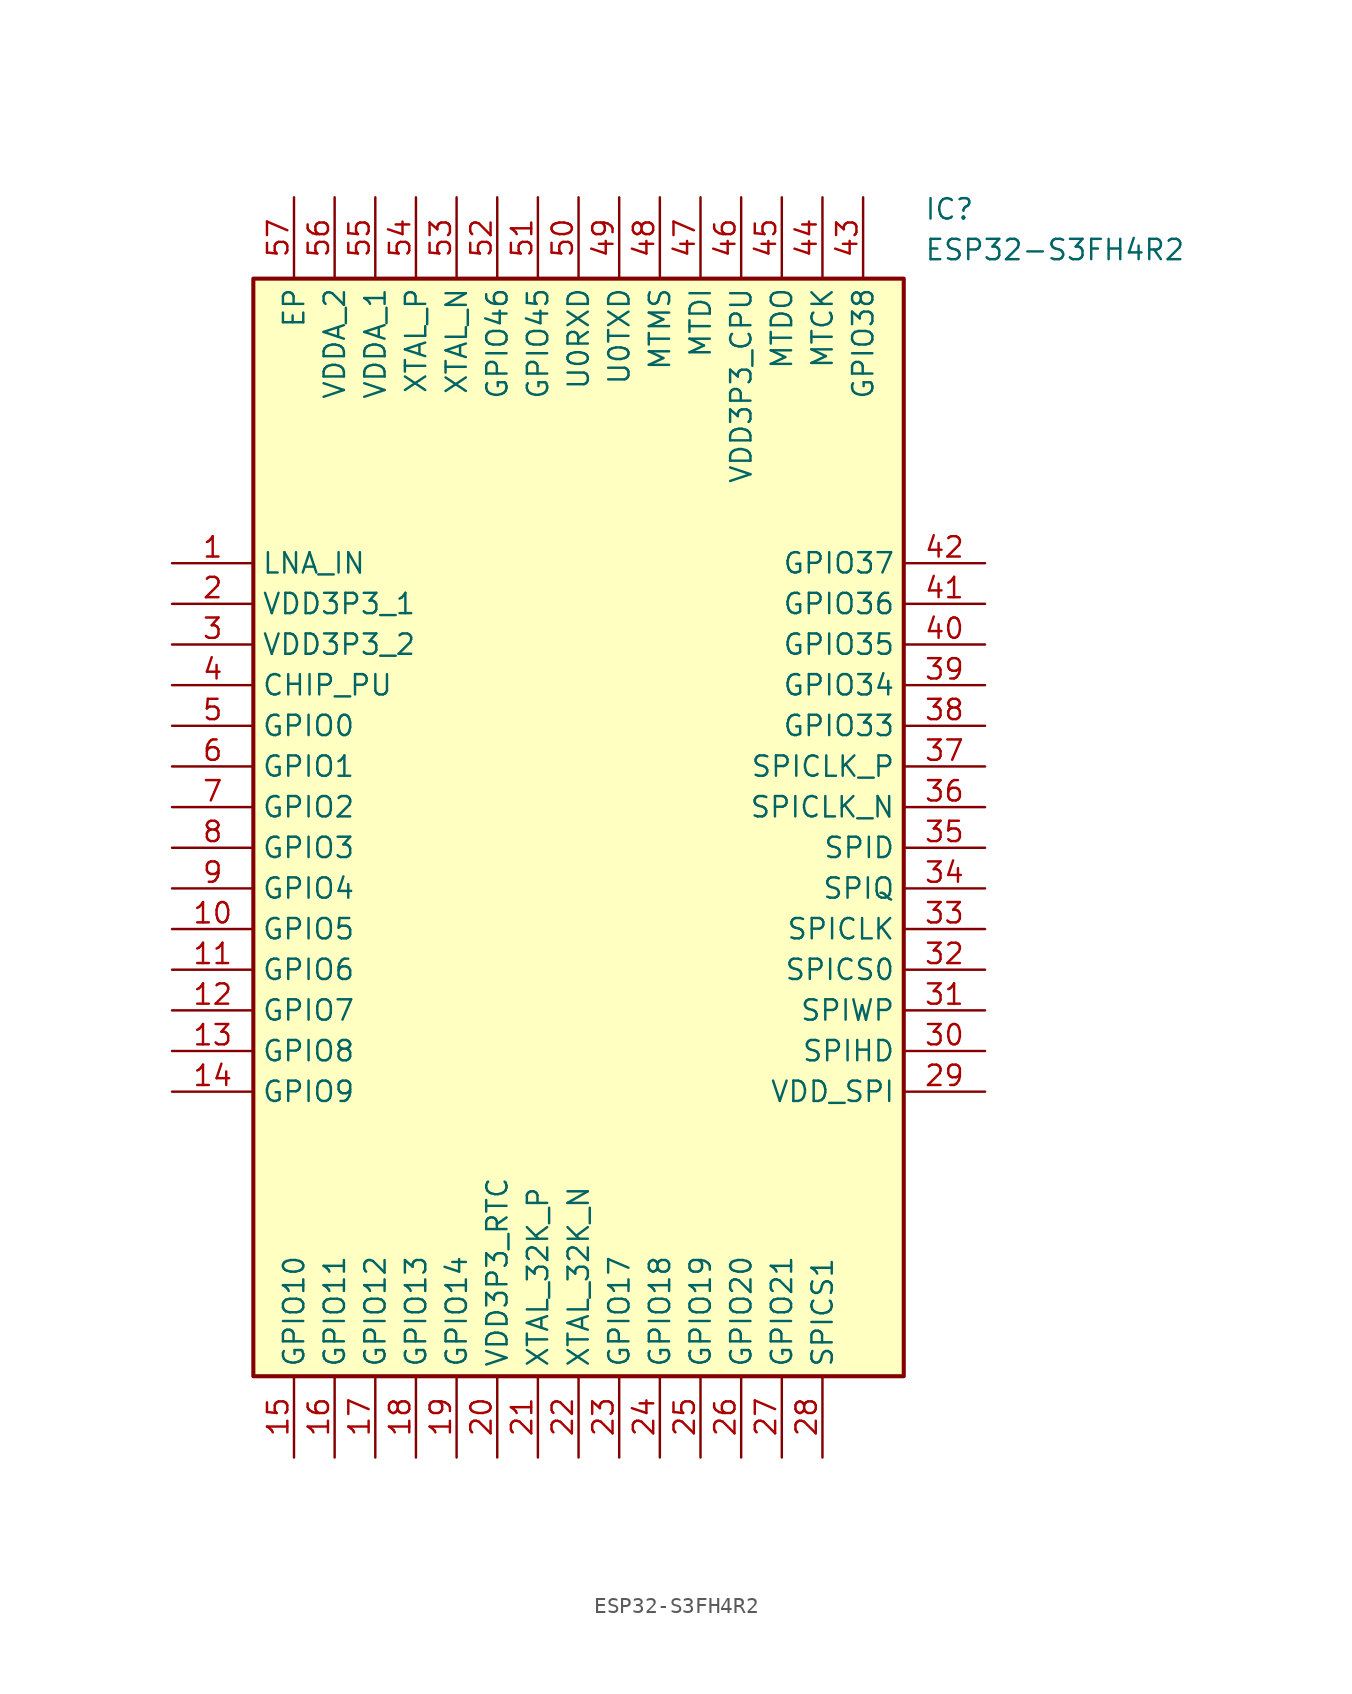
<source format=kicad_sym>
(kicad_symbol_lib
  (version 20211014)
  (generator SamacSys_ECAD_Model)
  (symbol "ESP32-S3FH4R2"
    (property "Reference" "IC"
      (at 46.99 22.86 0)
      (effects (font (size 1.27 1.27)) (justify left top)))
    (property "Value" "ESP32-S3FH4R2"
      (at 46.99 20.32 0)
      (effects (font (size 1.27 1.27)) (justify left top)))
    (rectangle
      (start 5.08 17.78)
      (end 45.72 -50.8)
      (stroke (width 0.254) (type default))
      (fill (type background)))
    (pin passive line
      (at 0 0 0)
      (length 5.08)
      (name "LNA_IN" (effects (font (size 1.27 1.27))))
      (number "1" (effects (font (size 1.27 1.27)))))
    (pin passive line
      (at 0 -2.54 0)
      (length 5.08)
      (name "VDD3P3_1" (effects (font (size 1.27 1.27))))
      (number "2" (effects (font (size 1.27 1.27)))))
    (pin passive line
      (at 0 -5.08 0)
      (length 5.08)
      (name "VDD3P3_2" (effects (font (size 1.27 1.27))))
      (number "3" (effects (font (size 1.27 1.27)))))
    (pin passive line
      (at 0 -7.62 0)
      (length 5.08)
      (name "CHIP_PU" (effects (font (size 1.27 1.27))))
      (number "4" (effects (font (size 1.27 1.27)))))
    (pin passive line
      (at 0 -10.16 0)
      (length 5.08)
      (name "GPIO0" (effects (font (size 1.27 1.27))))
      (number "5" (effects (font (size 1.27 1.27)))))
    (pin passive line
      (at 0 -12.7 0)
      (length 5.08)
      (name "GPIO1" (effects (font (size 1.27 1.27))))
      (number "6" (effects (font (size 1.27 1.27)))))
    (pin passive line
      (at 0 -15.24 0)
      (length 5.08)
      (name "GPIO2" (effects (font (size 1.27 1.27))))
      (number "7" (effects (font (size 1.27 1.27)))))
    (pin passive line
      (at 0 -17.78 0)
      (length 5.08)
      (name "GPIO3" (effects (font (size 1.27 1.27))))
      (number "8" (effects (font (size 1.27 1.27)))))
    (pin passive line
      (at 0 -20.32 0)
      (length 5.08)
      (name "GPIO4" (effects (font (size 1.27 1.27))))
      (number "9" (effects (font (size 1.27 1.27)))))
    (pin passive line
      (at 0 -22.86 0)
      (length 5.08)
      (name "GPIO5" (effects (font (size 1.27 1.27))))
      (number "10" (effects (font (size 1.27 1.27)))))
    (pin passive line
      (at 0 -25.4 0)
      (length 5.08)
      (name "GPIO6" (effects (font (size 1.27 1.27))))
      (number "11" (effects (font (size 1.27 1.27)))))
    (pin passive line
      (at 0 -27.94 0)
      (length 5.08)
      (name "GPIO7" (effects (font (size 1.27 1.27))))
      (number "12" (effects (font (size 1.27 1.27)))))
    (pin passive line
      (at 0 -30.48 0)
      (length 5.08)
      (name "GPIO8" (effects (font (size 1.27 1.27))))
      (number "13" (effects (font (size 1.27 1.27)))))
    (pin passive line
      (at 0 -33.02 0)
      (length 5.08)
      (name "GPIO9" (effects (font (size 1.27 1.27))))
      (number "14" (effects (font (size 1.27 1.27)))))
    (pin passive line
      (at 7.62 -55.88 90)
      (length 5.08)
      (name "GPIO10" (effects (font (size 1.27 1.27))))
      (number "15" (effects (font (size 1.27 1.27)))))
    (pin passive line
      (at 10.16 -55.88 90)
      (length 5.08)
      (name "GPIO11" (effects (font (size 1.27 1.27))))
      (number "16" (effects (font (size 1.27 1.27)))))
    (pin passive line
      (at 12.7 -55.88 90)
      (length 5.08)
      (name "GPIO12" (effects (font (size 1.27 1.27))))
      (number "17" (effects (font (size 1.27 1.27)))))
    (pin passive line
      (at 15.24 -55.88 90)
      (length 5.08)
      (name "GPIO13" (effects (font (size 1.27 1.27))))
      (number "18" (effects (font (size 1.27 1.27)))))
    (pin passive line
      (at 17.78 -55.88 90)
      (length 5.08)
      (name "GPIO14" (effects (font (size 1.27 1.27))))
      (number "19" (effects (font (size 1.27 1.27)))))
    (pin passive line
      (at 20.32 -55.88 90)
      (length 5.08)
      (name "VDD3P3_RTC" (effects (font (size 1.27 1.27))))
      (number "20" (effects (font (size 1.27 1.27)))))
    (pin passive line
      (at 22.86 -55.88 90)
      (length 5.08)
      (name "XTAL_32K_P" (effects (font (size 1.27 1.27))))
      (number "21" (effects (font (size 1.27 1.27)))))
    (pin passive line
      (at 25.4 -55.88 90)
      (length 5.08)
      (name "XTAL_32K_N" (effects (font (size 1.27 1.27))))
      (number "22" (effects (font (size 1.27 1.27)))))
    (pin passive line
      (at 27.94 -55.88 90)
      (length 5.08)
      (name "GPIO17" (effects (font (size 1.27 1.27))))
      (number "23" (effects (font (size 1.27 1.27)))))
    (pin passive line
      (at 30.48 -55.88 90)
      (length 5.08)
      (name "GPIO18" (effects (font (size 1.27 1.27))))
      (number "24" (effects (font (size 1.27 1.27)))))
    (pin passive line
      (at 33.02 -55.88 90)
      (length 5.08)
      (name "GPIO19" (effects (font (size 1.27 1.27))))
      (number "25" (effects (font (size 1.27 1.27)))))
    (pin passive line
      (at 35.56 -55.88 90)
      (length 5.08)
      (name "GPIO20" (effects (font (size 1.27 1.27))))
      (number "26" (effects (font (size 1.27 1.27)))))
    (pin passive line
      (at 38.1 -55.88 90)
      (length 5.08)
      (name "GPIO21" (effects (font (size 1.27 1.27))))
      (number "27" (effects (font (size 1.27 1.27)))))
    (pin passive line
      (at 40.64 -55.88 90)
      (length 5.08)
      (name "SPICS1" (effects (font (size 1.27 1.27))))
      (number "28" (effects (font (size 1.27 1.27)))))
    (pin passive line
      (at 50.8 0 180)
      (length 5.08)
      (name "GPIO37" (effects (font (size 1.27 1.27))))
      (number "42" (effects (font (size 1.27 1.27)))))
    (pin passive line
      (at 50.8 -2.54 180)
      (length 5.08)
      (name "GPIO36" (effects (font (size 1.27 1.27))))
      (number "41" (effects (font (size 1.27 1.27)))))
    (pin passive line
      (at 50.8 -5.08 180)
      (length 5.08)
      (name "GPIO35" (effects (font (size 1.27 1.27))))
      (number "40" (effects (font (size 1.27 1.27)))))
    (pin passive line
      (at 50.8 -7.62 180)
      (length 5.08)
      (name "GPIO34" (effects (font (size 1.27 1.27))))
      (number "39" (effects (font (size 1.27 1.27)))))
    (pin passive line
      (at 50.8 -10.16 180)
      (length 5.08)
      (name "GPIO33" (effects (font (size 1.27 1.27))))
      (number "38" (effects (font (size 1.27 1.27)))))
    (pin passive line
      (at 50.8 -12.7 180)
      (length 5.08)
      (name "SPICLK_P" (effects (font (size 1.27 1.27))))
      (number "37" (effects (font (size 1.27 1.27)))))
    (pin passive line
      (at 50.8 -15.24 180)
      (length 5.08)
      (name "SPICLK_N" (effects (font (size 1.27 1.27))))
      (number "36" (effects (font (size 1.27 1.27)))))
    (pin passive line
      (at 50.8 -17.78 180)
      (length 5.08)
      (name "SPID" (effects (font (size 1.27 1.27))))
      (number "35" (effects (font (size 1.27 1.27)))))
    (pin passive line
      (at 50.8 -20.32 180)
      (length 5.08)
      (name "SPIQ" (effects (font (size 1.27 1.27))))
      (number "34" (effects (font (size 1.27 1.27)))))
    (pin passive line
      (at 50.8 -22.86 180)
      (length 5.08)
      (name "SPICLK" (effects (font (size 1.27 1.27))))
      (number "33" (effects (font (size 1.27 1.27)))))
    (pin passive line
      (at 50.8 -25.4 180)
      (length 5.08)
      (name "SPICS0" (effects (font (size 1.27 1.27))))
      (number "32" (effects (font (size 1.27 1.27)))))
    (pin passive line
      (at 50.8 -27.94 180)
      (length 5.08)
      (name "SPIWP" (effects (font (size 1.27 1.27))))
      (number "31" (effects (font (size 1.27 1.27)))))
    (pin passive line
      (at 50.8 -30.48 180)
      (length 5.08)
      (name "SPIHD" (effects (font (size 1.27 1.27))))
      (number "30" (effects (font (size 1.27 1.27)))))
    (pin passive line
      (at 50.8 -33.02 180)
      (length 5.08)
      (name "VDD_SPI" (effects (font (size 1.27 1.27))))
      (number "29" (effects (font (size 1.27 1.27)))))
    (pin passive line
      (at 7.62 22.86 270)
      (length 5.08)
      (name "EP" (effects (font (size 1.27 1.27))))
      (number "57" (effects (font (size 1.27 1.27)))))
    (pin passive line
      (at 10.16 22.86 270)
      (length 5.08)
      (name "VDDA_2" (effects (font (size 1.27 1.27))))
      (number "56" (effects (font (size 1.27 1.27)))))
    (pin passive line
      (at 12.7 22.86 270)
      (length 5.08)
      (name "VDDA_1" (effects (font (size 1.27 1.27))))
      (number "55" (effects (font (size 1.27 1.27)))))
    (pin passive line
      (at 15.24 22.86 270)
      (length 5.08)
      (name "XTAL_P" (effects (font (size 1.27 1.27))))
      (number "54" (effects (font (size 1.27 1.27)))))
    (pin passive line
      (at 17.78 22.86 270)
      (length 5.08)
      (name "XTAL_N" (effects (font (size 1.27 1.27))))
      (number "53" (effects (font (size 1.27 1.27)))))
    (pin passive line
      (at 20.32 22.86 270)
      (length 5.08)
      (name "GPIO46" (effects (font (size 1.27 1.27))))
      (number "52" (effects (font (size 1.27 1.27)))))
    (pin passive line
      (at 22.86 22.86 270)
      (length 5.08)
      (name "GPIO45" (effects (font (size 1.27 1.27))))
      (number "51" (effects (font (size 1.27 1.27)))))
    (pin passive line
      (at 25.4 22.86 270)
      (length 5.08)
      (name "U0RXD" (effects (font (size 1.27 1.27))))
      (number "50" (effects (font (size 1.27 1.27)))))
    (pin passive line
      (at 27.94 22.86 270)
      (length 5.08)
      (name "U0TXD" (effects (font (size 1.27 1.27))))
      (number "49" (effects (font (size 1.27 1.27)))))
    (pin passive line
      (at 30.48 22.86 270)
      (length 5.08)
      (name "MTMS" (effects (font (size 1.27 1.27))))
      (number "48" (effects (font (size 1.27 1.27)))))
    (pin passive line
      (at 33.02 22.86 270)
      (length 5.08)
      (name "MTDI" (effects (font (size 1.27 1.27))))
      (number "47" (effects (font (size 1.27 1.27)))))
    (pin passive line
      (at 35.56 22.86 270)
      (length 5.08)
      (name "VDD3P3_CPU" (effects (font (size 1.27 1.27))))
      (number "46" (effects (font (size 1.27 1.27)))))
    (pin passive line
      (at 38.1 22.86 270)
      (length 5.08)
      (name "MTDO" (effects (font (size 1.27 1.27))))
      (number "45" (effects (font (size 1.27 1.27)))))
    (pin passive line
      (at 40.64 22.86 270)
      (length 5.08)
      (name "MTCK" (effects (font (size 1.27 1.27))))
      (number "44" (effects (font (size 1.27 1.27)))))
    (pin passive line
      (at 43.18 22.86 270)
      (length 5.08)
      (name "GPIO38" (effects (font (size 1.27 1.27))))
      (number "43" (effects (font (size 1.27 1.27)))))))
</source>
